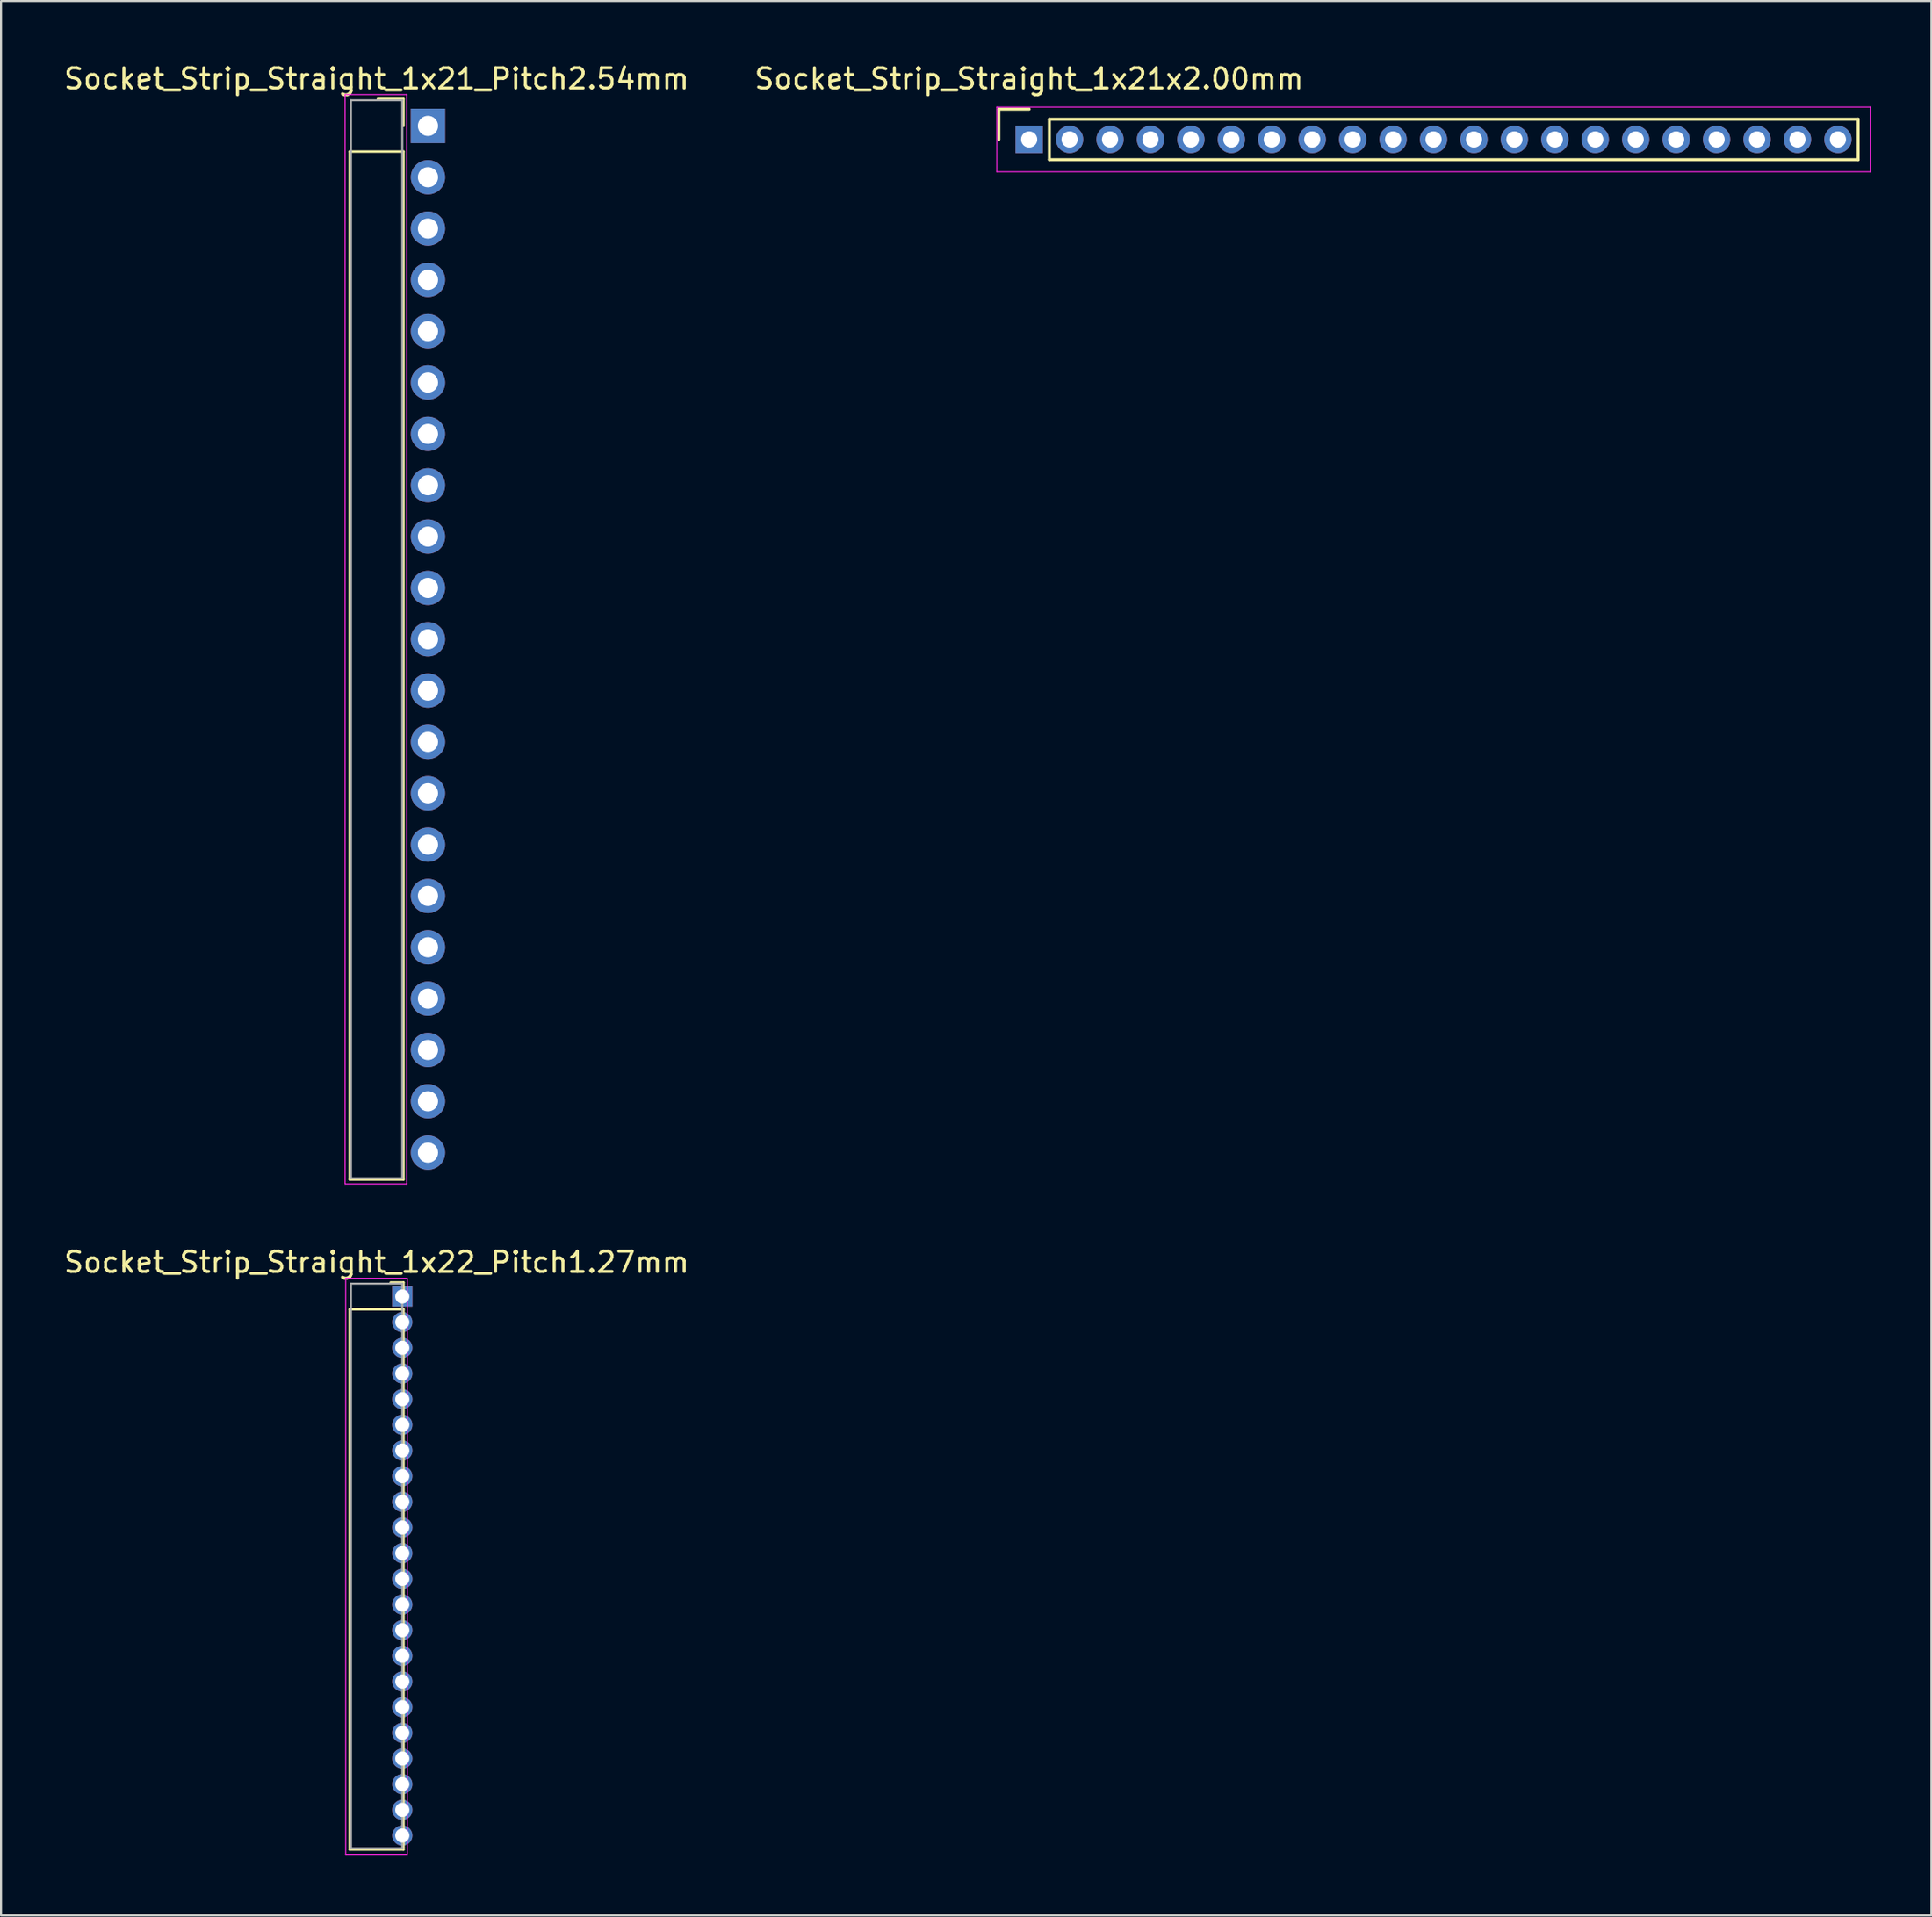
<source format=kicad_pcb>
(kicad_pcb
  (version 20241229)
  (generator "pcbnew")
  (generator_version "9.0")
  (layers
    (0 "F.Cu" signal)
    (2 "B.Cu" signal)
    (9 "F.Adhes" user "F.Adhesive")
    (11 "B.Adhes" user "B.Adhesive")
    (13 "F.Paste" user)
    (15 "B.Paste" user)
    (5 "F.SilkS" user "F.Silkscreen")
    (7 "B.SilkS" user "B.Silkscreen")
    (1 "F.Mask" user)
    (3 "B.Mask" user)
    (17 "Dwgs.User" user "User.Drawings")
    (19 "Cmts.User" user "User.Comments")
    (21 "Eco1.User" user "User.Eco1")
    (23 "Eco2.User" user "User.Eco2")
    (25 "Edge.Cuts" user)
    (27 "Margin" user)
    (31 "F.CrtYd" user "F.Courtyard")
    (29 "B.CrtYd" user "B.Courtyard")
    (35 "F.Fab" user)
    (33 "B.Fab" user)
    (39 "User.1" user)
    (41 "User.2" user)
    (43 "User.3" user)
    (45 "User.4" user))
  (footprint "Socket_Strip_Straight_1x21_Pitch2.54mm"
    (layer "F.Cu")
    (at 18.117 3.178)
    (property "Reference" "Socket_Strip_Straight_1x21_Pitch2.54mm" (at -2.54 -2.33 0) (layer "F.SilkS") (effects (font (size 1 1) (thickness 0.15))))
    (attr through_hole)
    (fp_line (start -3.87 1.27) (end -3.87 52.13) (stroke (width 0.12) (type solid)) (layer "F.SilkS"))
    (fp_line (start -3.87 52.13) (end -1.21 52.13) (stroke (width 0.12) (type solid)) (layer "F.SilkS"))
    (fp_line (start -1.21 -1.33) (end -2.48 -1.33) (stroke (width 0.12) (type solid)) (layer "F.SilkS"))
    (fp_line (start -1.21 0) (end -1.21 -1.33) (stroke (width 0.12) (type solid)) (layer "F.SilkS"))
    (fp_line (start -1.21 1.27) (end -3.87 1.27) (stroke (width 0.12) (type solid)) (layer "F.SilkS"))
    (fp_line (start -1.21 52.13) (end -1.21 1.27) (stroke (width 0.12) (type solid)) (layer "F.SilkS"))
    (fp_line (start -4.1 -1.55) (end -4.1 52.35) (stroke (width 0.05) (type solid)) (layer "F.CrtYd"))
    (fp_line (start -4.1 52.35) (end -1.05 52.35) (stroke (width 0.05) (type solid)) (layer "F.CrtYd"))
    (fp_line (start -1.05 -1.55) (end -4.1 -1.55) (stroke (width 0.05) (type solid)) (layer "F.CrtYd"))
    (fp_line (start -1.05 52.35) (end -1.05 -1.55) (stroke (width 0.05) (type solid)) (layer "F.CrtYd"))
    (fp_line (start -3.81 -1.27) (end -3.81 52.07) (stroke (width 0.1) (type solid)) (layer "F.Fab"))
    (fp_line (start -3.81 52.07) (end -1.27 52.07) (stroke (width 0.1) (type solid)) (layer "F.Fab"))
    (fp_line (start -1.27 -1.27) (end -3.81 -1.27) (stroke (width 0.1) (type solid)) (layer "F.Fab"))
    (fp_line (start -1.27 52.07) (end -1.27 -1.27) (stroke (width 0.1) (type solid)) (layer "F.Fab"))
    (pad "1" thru_hole rect (at 0 0) (size 1.7 1.7) (drill 1) (layers "*.Cu" "*.Mask"))
    (pad "2" thru_hole oval (at 0 2.54) (size 1.7 1.7) (drill 1) (layers "*.Cu" "*.Mask"))
    (pad "3" thru_hole oval (at 0 5.08) (size 1.7 1.7) (drill 1) (layers "*.Cu" "*.Mask"))
    (pad "4" thru_hole oval (at 0 7.62) (size 1.7 1.7) (drill 1) (layers "*.Cu" "*.Mask"))
    (pad "5" thru_hole oval (at 0 10.16) (size 1.7 1.7) (drill 1) (layers "*.Cu" "*.Mask"))
    (pad "6" thru_hole oval (at 0 12.7) (size 1.7 1.7) (drill 1) (layers "*.Cu" "*.Mask"))
    (pad "7" thru_hole oval (at 0 15.24) (size 1.7 1.7) (drill 1) (layers "*.Cu" "*.Mask"))
    (pad "8" thru_hole oval (at 0 17.78) (size 1.7 1.7) (drill 1) (layers "*.Cu" "*.Mask"))
    (pad "9" thru_hole oval (at 0 20.32) (size 1.7 1.7) (drill 1) (layers "*.Cu" "*.Mask"))
    (pad "10" thru_hole oval (at 0 22.86) (size 1.7 1.7) (drill 1) (layers "*.Cu" "*.Mask"))
    (pad "11" thru_hole oval (at 0 25.4) (size 1.7 1.7) (drill 1) (layers "*.Cu" "*.Mask"))
    (pad "12" thru_hole oval (at 0 27.94) (size 1.7 1.7) (drill 1) (layers "*.Cu" "*.Mask"))
    (pad "13" thru_hole oval (at 0 30.48) (size 1.7 1.7) (drill 1) (layers "*.Cu" "*.Mask"))
    (pad "14" thru_hole oval (at 0 33.02) (size 1.7 1.7) (drill 1) (layers "*.Cu" "*.Mask"))
    (pad "15" thru_hole oval (at 0 35.56) (size 1.7 1.7) (drill 1) (layers "*.Cu" "*.Mask"))
    (pad "16" thru_hole oval (at 0 38.1) (size 1.7 1.7) (drill 1) (layers "*.Cu" "*.Mask"))
    (pad "17" thru_hole oval (at 0 40.64) (size 1.7 1.7) (drill 1) (layers "*.Cu" "*.Mask"))
    (pad "18" thru_hole oval (at 0 43.18) (size 1.7 1.7) (drill 1) (layers "*.Cu" "*.Mask"))
    (pad "19" thru_hole oval (at 0 45.72) (size 1.7 1.7) (drill 1) (layers "*.Cu" "*.Mask"))
    (pad "20" thru_hole oval (at 0 48.26) (size 1.7 1.7) (drill 1) (layers "*.Cu" "*.Mask"))
    (pad "21" thru_hole oval (at 0 50.8) (size 1.7 1.7) (drill 1) (layers "*.Cu" "*.Mask")))
  (footprint "Socket_Strip_Straight_1x22_Pitch1.27mm"
    (layer "F.Cu")
    (at 16.847 61.096)
    (property "Reference" "Socket_Strip_Straight_1x22_Pitch1.27mm" (at -1.27 -1.695 0) (layer "F.SilkS") (effects (font (size 1 1) (thickness 0.15))))
    (attr through_hole)
    (fp_line (start -2.6 0.635) (end -2.6 27.365) (stroke (width 0.12) (type solid)) (layer "F.SilkS"))
    (fp_line (start -2.6 27.365) (end 0.06 27.365) (stroke (width 0.12) (type solid)) (layer "F.SilkS"))
    (fp_line (start 0.06 -0.695) (end -0.575 -0.695) (stroke (width 0.12) (type solid)) (layer "F.SilkS"))
    (fp_line (start 0.06 0) (end 0.06 -0.695) (stroke (width 0.12) (type solid)) (layer "F.SilkS"))
    (fp_line (start 0.06 0.635) (end -2.6 0.635) (stroke (width 0.12) (type solid)) (layer "F.SilkS"))
    (fp_line (start 0.06 27.365) (end 0.06 0.635) (stroke (width 0.12) (type solid)) (layer "F.SilkS"))
    (fp_line (start -2.8 -0.9) (end -2.8 27.6) (stroke (width 0.05) (type solid)) (layer "F.CrtYd"))
    (fp_line (start -2.8 27.6) (end 0.25 27.6) (stroke (width 0.05) (type solid)) (layer "F.CrtYd"))
    (fp_line (start 0.25 -0.9) (end -2.8 -0.9) (stroke (width 0.05) (type solid)) (layer "F.CrtYd"))
    (fp_line (start 0.25 27.6) (end 0.25 -0.9) (stroke (width 0.05) (type solid)) (layer "F.CrtYd"))
    (fp_line (start -2.54 -0.635) (end -2.54 27.305) (stroke (width 0.1) (type solid)) (layer "F.Fab"))
    (fp_line (start -2.54 27.305) (end 0 27.305) (stroke (width 0.1) (type solid)) (layer "F.Fab"))
    (fp_line (start 0 -0.635) (end -2.54 -0.635) (stroke (width 0.1) (type solid)) (layer "F.Fab"))
    (fp_line (start 0 27.305) (end 0 -0.635) (stroke (width 0.1) (type solid)) (layer "F.Fab"))
    (pad "1" thru_hole rect (at 0 0) (size 1 1) (drill 0.7) (layers "*.Cu" "*.Mask"))
    (pad "2" thru_hole oval (at 0 1.27) (size 1 1) (drill 0.7) (layers "*.Cu" "*.Mask"))
    (pad "3" thru_hole oval (at 0 2.54) (size 1 1) (drill 0.7) (layers "*.Cu" "*.Mask"))
    (pad "4" thru_hole oval (at 0 3.81) (size 1 1) (drill 0.7) (layers "*.Cu" "*.Mask"))
    (pad "5" thru_hole oval (at 0 5.08) (size 1 1) (drill 0.7) (layers "*.Cu" "*.Mask"))
    (pad "6" thru_hole oval (at 0 6.35) (size 1 1) (drill 0.7) (layers "*.Cu" "*.Mask"))
    (pad "7" thru_hole oval (at 0 7.62) (size 1 1) (drill 0.7) (layers "*.Cu" "*.Mask"))
    (pad "8" thru_hole oval (at 0 8.89) (size 1 1) (drill 0.7) (layers "*.Cu" "*.Mask"))
    (pad "9" thru_hole oval (at 0 10.16) (size 1 1) (drill 0.7) (layers "*.Cu" "*.Mask"))
    (pad "10" thru_hole oval (at 0 11.43) (size 1 1) (drill 0.7) (layers "*.Cu" "*.Mask"))
    (pad "11" thru_hole oval (at 0 12.7) (size 1 1) (drill 0.7) (layers "*.Cu" "*.Mask"))
    (pad "12" thru_hole oval (at 0 13.97) (size 1 1) (drill 0.7) (layers "*.Cu" "*.Mask"))
    (pad "13" thru_hole oval (at 0 15.24) (size 1 1) (drill 0.7) (layers "*.Cu" "*.Mask"))
    (pad "14" thru_hole oval (at 0 16.51) (size 1 1) (drill 0.7) (layers "*.Cu" "*.Mask"))
    (pad "15" thru_hole oval (at 0 17.78) (size 1 1) (drill 0.7) (layers "*.Cu" "*.Mask"))
    (pad "16" thru_hole oval (at 0 19.05) (size 1 1) (drill 0.7) (layers "*.Cu" "*.Mask"))
    (pad "17" thru_hole oval (at 0 20.32) (size 1 1) (drill 0.7) (layers "*.Cu" "*.Mask"))
    (pad "18" thru_hole oval (at 0 21.59) (size 1 1) (drill 0.7) (layers "*.Cu" "*.Mask"))
    (pad "19" thru_hole oval (at 0 22.86) (size 1 1) (drill 0.7) (layers "*.Cu" "*.Mask"))
    (pad "20" thru_hole oval (at 0 24.13) (size 1 1) (drill 0.7) (layers "*.Cu" "*.Mask"))
    (pad "21" thru_hole oval (at 0 25.4) (size 1 1) (drill 0.7) (layers "*.Cu" "*.Mask"))
    (pad "22" thru_hole oval (at 0 26.67) (size 1 1) (drill 0.7) (layers "*.Cu" "*.Mask")))
  (footprint "Socket_Strip_Straight_1x21x2.00mm"
    (layer "F.Cu")
    (at 47.851 3.848)
    (property "Reference" "Socket_Strip_Straight_1x21x2.00mm" (at 0 -3 0) (layer "F.SilkS") (effects (font (size 1 1) (thickness 0.15))))
    (attr through_hole)
    (fp_line (start -1.5 -1.5) (end -1.5 0) (stroke (width 0.15) (type solid)) (layer "F.SilkS"))
    (fp_line (start 0 -1.5) (end -1.5 -1.5) (stroke (width 0.15) (type solid)) (layer "F.SilkS"))
    (fp_line (start 1 -1) (end 1 1) (stroke (width 0.15) (type solid)) (layer "F.SilkS"))
    (fp_line (start 1 1) (end 41 1) (stroke (width 0.15) (type solid)) (layer "F.SilkS"))
    (fp_line (start 41 -1) (end 1 -1) (stroke (width 0.15) (type solid)) (layer "F.SilkS"))
    (fp_line (start 41 1) (end 41 -1) (stroke (width 0.15) (type solid)) (layer "F.SilkS"))
    (fp_line (start -1.6 -1.6) (end -1.6 1.6) (stroke (width 0.05) (type solid)) (layer "F.CrtYd"))
    (fp_line (start -1.6 1.6) (end 41.6 1.6) (stroke (width 0.05) (type solid)) (layer "F.CrtYd"))
    (fp_line (start 41.6 -1.6) (end -1.6 -1.6) (stroke (width 0.05) (type solid)) (layer "F.CrtYd"))
    (fp_line (start 41.6 1.6) (end 41.6 -1.6) (stroke (width 0.05) (type solid)) (layer "F.CrtYd"))
    (pad "1" thru_hole rect (at 0 0) (size 1.35 1.35) (drill 0.8) (layers "*.Cu" "*.Mask"))
    (pad "2" thru_hole circle (at 2 0) (size 1.35 1.35) (drill 0.8) (layers "*.Cu" "*.Mask"))
    (pad "3" thru_hole circle (at 4 0) (size 1.35 1.35) (drill 0.8) (layers "*.Cu" "*.Mask"))
    (pad "4" thru_hole circle (at 6 0) (size 1.35 1.35) (drill 0.8) (layers "*.Cu" "*.Mask"))
    (pad "5" thru_hole circle (at 8 0) (size 1.35 1.35) (drill 0.8) (layers "*.Cu" "*.Mask"))
    (pad "6" thru_hole circle (at 10 0) (size 1.35 1.35) (drill 0.8) (layers "*.Cu" "*.Mask"))
    (pad "7" thru_hole circle (at 12 0) (size 1.35 1.35) (drill 0.8) (layers "*.Cu" "*.Mask"))
    (pad "8" thru_hole circle (at 14 0) (size 1.35 1.35) (drill 0.8) (layers "*.Cu" "*.Mask"))
    (pad "9" thru_hole circle (at 16 0) (size 1.35 1.35) (drill 0.8) (layers "*.Cu" "*.Mask"))
    (pad "10" thru_hole circle (at 18 0) (size 1.35 1.35) (drill 0.8) (layers "*.Cu" "*.Mask"))
    (pad "11" thru_hole circle (at 20 0) (size 1.35 1.35) (drill 0.8) (layers "*.Cu" "*.Mask"))
    (pad "12" thru_hole circle (at 22 0) (size 1.35 1.35) (drill 0.8) (layers "*.Cu" "*.Mask"))
    (pad "13" thru_hole circle (at 24 0) (size 1.35 1.35) (drill 0.8) (layers "*.Cu" "*.Mask"))
    (pad "14" thru_hole circle (at 26 0) (size 1.35 1.35) (drill 0.8) (layers "*.Cu" "*.Mask"))
    (pad "15" thru_hole circle (at 28 0) (size 1.35 1.35) (drill 0.8) (layers "*.Cu" "*.Mask"))
    (pad "16" thru_hole circle (at 30 0) (size 1.35 1.35) (drill 0.8) (layers "*.Cu" "*.Mask"))
    (pad "17" thru_hole circle (at 32 0) (size 1.35 1.35) (drill 0.8) (layers "*.Cu" "*.Mask"))
    (pad "18" thru_hole circle (at 34 0) (size 1.35 1.35) (drill 0.8) (layers "*.Cu" "*.Mask"))
    (pad "19" thru_hole circle (at 36 0) (size 1.35 1.35) (drill 0.8) (layers "*.Cu" "*.Mask"))
    (pad "20" thru_hole circle (at 38 0) (size 1.35 1.35) (drill 0.8) (layers "*.Cu" "*.Mask"))
    (pad "21" thru_hole circle (at 40 0) (size 1.35 1.35) (drill 0.8) (layers "*.Cu" "*.Mask")))
  (gr_rect
    (start -3 -3)
    (end 92.476 91.722)
    (stroke (width 0.1) (type default))
    (fill no)
    (layer "Edge.Cuts")))
</source>
